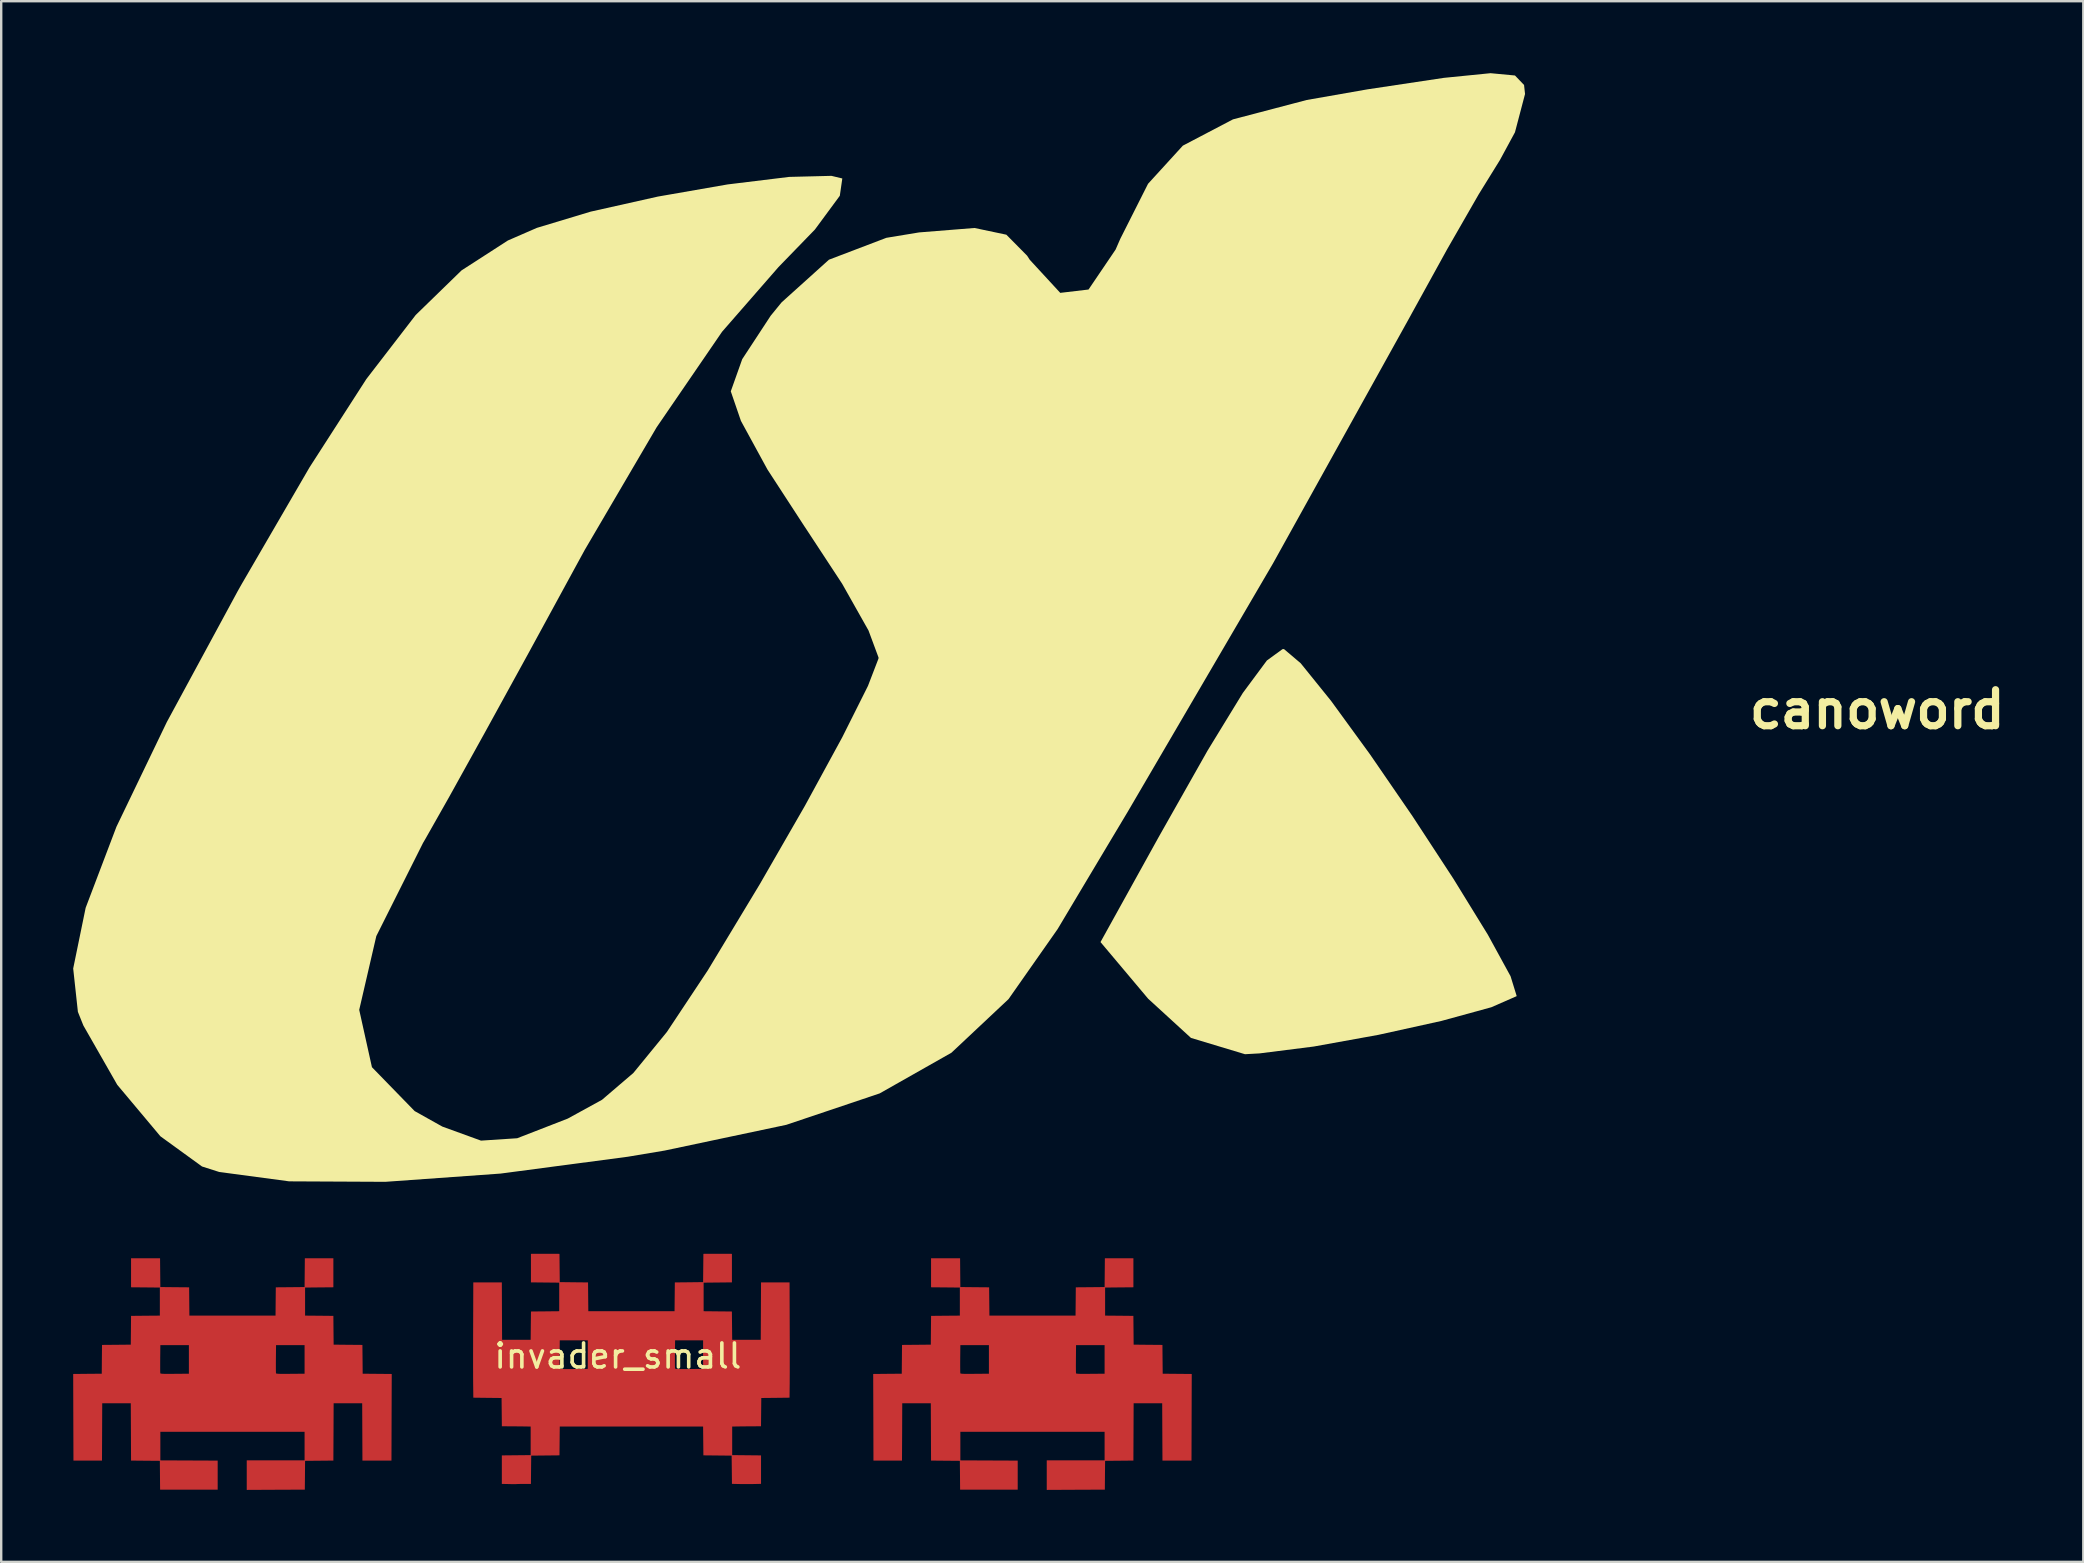
<source format=kicad_pcb>
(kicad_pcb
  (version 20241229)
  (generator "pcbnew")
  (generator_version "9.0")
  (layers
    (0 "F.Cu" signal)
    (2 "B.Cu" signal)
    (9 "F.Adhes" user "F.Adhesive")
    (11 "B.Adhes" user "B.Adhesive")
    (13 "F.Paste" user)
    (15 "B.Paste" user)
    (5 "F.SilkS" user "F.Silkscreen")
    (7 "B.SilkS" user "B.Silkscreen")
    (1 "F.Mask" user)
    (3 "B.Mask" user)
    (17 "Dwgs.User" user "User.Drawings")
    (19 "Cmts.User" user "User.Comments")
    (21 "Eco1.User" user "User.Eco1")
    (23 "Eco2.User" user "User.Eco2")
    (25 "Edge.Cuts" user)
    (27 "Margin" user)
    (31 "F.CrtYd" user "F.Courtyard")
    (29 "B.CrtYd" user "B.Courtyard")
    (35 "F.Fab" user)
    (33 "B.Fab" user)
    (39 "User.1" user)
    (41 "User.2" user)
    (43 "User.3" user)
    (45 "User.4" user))
  (footprint "invader_small"
    (layer "F.Cu")
    (at 22.697 53.956)
    (property "Reference" "invader_small" (at 0 -0.5 0) (unlocked yes) (layer "F.SilkS") (effects (font (size 1 1) (thickness 0.15))))
    (fp_poly (pts (xy -19.065 -3.373) (xy -18.466 -3.367) (xy -17.866 -3.362) (xy -17.855 -2.183) (xy -14.265 -2.183) (xy -14.26 -2.773) (xy -14.254 -3.362) (xy -13.654 -3.367) (xy -13.055 -3.373) (xy -13.044 -4.573) (xy -11.855 -4.573) (xy -11.855 -3.363) (xy -12.444 -3.358) (xy -13.034 -3.352) (xy -13.034 -2.183) (xy -12.444 -2.178) (xy -11.855 -2.172) (xy -11.85 -1.572) (xy -11.844 -0.973) (xy -11.244 -0.967) (xy -10.645 -0.962) (xy -10.639 -0.362) (xy -10.634 0.238) (xy -9.423 0.249) (xy -9.429 2.054) (xy -9.434 3.859) (xy -10.644 3.859) (xy -10.649 2.664) (xy -10.654 1.469) (xy -11.844 1.469) (xy -11.849 2.664) (xy -11.855 3.858) (xy -13.034 3.869) (xy -13.039 4.469) (xy -13.045 5.069) (xy -14.255 5.074) (xy -15.465 5.08) (xy -15.465 4.464) (xy -15.465 3.849) (xy -13.055 3.849) (xy -13.055 2.659) (xy -19.065 2.659) (xy -19.065 3.849) (xy -17.871 3.854) (xy -16.676 3.859) (xy -16.676 5.069) (xy -19.075 5.069) (xy -19.081 4.469) (xy -19.086 3.869) (xy -19.686 3.864) (xy -20.286 3.858) (xy -20.291 2.664) (xy -20.297 1.469) (xy -21.487 1.469) (xy -21.492 2.664) (xy -21.497 3.859) (xy -22.686 3.859) (xy -22.692 2.054) (xy -22.697 0.249) (xy -22.102 0.243) (xy -21.507 0.238) (xy -21.504 -0.088) (xy -19.072 -0.088) (xy -19.072 0.032) (xy -19.071 0.127) (xy -19.069 0.192) (xy -19.067 0.222) (xy -19.066 0.222) (xy -19.055 0.23) (xy -19.024 0.236) (xy -18.971 0.241) (xy -18.892 0.244) (xy -18.782 0.245) (xy -18.638 0.245) (xy -18.466 0.243) (xy -17.876 0.238) (xy -17.876 -0.088) (xy -14.251 -0.088) (xy -14.251 0.032) (xy -14.25 0.127) (xy -14.248 0.192) (xy -14.245 0.222) (xy -14.245 0.222) (xy -14.234 0.23) (xy -14.203 0.236) (xy -14.15 0.241) (xy -14.071 0.244) (xy -13.961 0.245) (xy -13.817 0.245) (xy -13.645 0.243) (xy -13.055 0.238) (xy -13.055 -0.952) (xy -14.244 -0.952) (xy -14.25 -0.378) (xy -14.251 -0.227) (xy -14.251 -0.088) (xy -17.876 -0.088) (xy -17.876 -0.952) (xy -19.065 -0.952) (xy -19.071 -0.378) (xy -19.072 -0.227) (xy -19.072 -0.088) (xy -21.504 -0.088) (xy -21.502 -0.362) (xy -21.496 -0.962) (xy -20.897 -0.967) (xy -20.297 -0.973) (xy -20.291 -1.572) (xy -20.286 -2.172) (xy -19.686 -2.178) (xy -19.086 -2.183) (xy -19.086 -3.352) (xy -19.686 -3.358) (xy -20.286 -3.363) (xy -20.286 -4.573) (xy -19.077 -4.573)) (stroke (width 0) (type solid)) (fill yes) (layer "F.Cu"))
    (fp_poly (pts (xy 14.272 -3.373) (xy 14.872 -3.367) (xy 15.471 -3.362) (xy 15.483 -2.183) (xy 19.072 -2.183) (xy 19.078 -2.773) (xy 19.083 -3.362) (xy 19.683 -3.367) (xy 20.283 -3.373) (xy 20.294 -4.573) (xy 21.483 -4.573) (xy 21.483 -3.363) (xy 20.893 -3.358) (xy 20.304 -3.352) (xy 20.304 -2.183) (xy 20.893 -2.178) (xy 21.482 -2.172) (xy 21.488 -1.572) (xy 21.493 -0.973) (xy 22.093 -0.967) (xy 22.693 -0.962) (xy 22.698 -0.362) (xy 22.704 0.238) (xy 23.914 0.249) (xy 23.909 2.054) (xy 23.904 3.859) (xy 22.694 3.859) (xy 22.688 2.664) (xy 22.683 1.469) (xy 21.493 1.469) (xy 21.488 2.664) (xy 21.483 3.858) (xy 20.304 3.869) (xy 20.298 4.469) (xy 20.293 5.069) (xy 19.082 5.074) (xy 17.872 5.08) (xy 17.872 4.464) (xy 17.872 3.849) (xy 20.283 3.849) (xy 20.283 2.659) (xy 14.272 2.659) (xy 14.272 3.849) (xy 15.467 3.854) (xy 16.662 3.859) (xy 16.662 5.069) (xy 14.262 5.069) (xy 14.257 4.469) (xy 14.251 3.869) (xy 13.651 3.864) (xy 13.051 3.858) (xy 13.046 2.664) (xy 13.041 1.469) (xy 11.851 1.469) (xy 11.846 2.664) (xy 11.84 3.859) (xy 10.651 3.859) (xy 10.646 2.054) (xy 10.64 0.249) (xy 11.235 0.243) (xy 11.83 0.238) (xy 11.833 -0.088) (xy 14.265 -0.088) (xy 14.266 0.032) (xy 14.267 0.127) (xy 14.269 0.192) (xy 14.271 0.222) (xy 14.271 0.222) (xy 14.283 0.23) (xy 14.313 0.236) (xy 14.366 0.241) (xy 14.445 0.244) (xy 14.555 0.245) (xy 14.699 0.245) (xy 14.872 0.243) (xy 15.462 0.238) (xy 15.462 -0.088) (xy 19.086 -0.088) (xy 19.087 0.032) (xy 19.088 0.127) (xy 19.09 0.192) (xy 19.092 0.222) (xy 19.092 0.222) (xy 19.104 0.23) (xy 19.134 0.236) (xy 19.187 0.241) (xy 19.267 0.244) (xy 19.376 0.245) (xy 19.52 0.245) (xy 19.693 0.243) (xy 20.283 0.238) (xy 20.283 -0.952) (xy 19.093 -0.952) (xy 19.088 -0.378) (xy 19.087 -0.227) (xy 19.086 -0.088) (xy 15.462 -0.088) (xy 15.462 -0.952) (xy 14.272 -0.952) (xy 14.266 -0.378) (xy 14.265 -0.227) (xy 14.265 -0.088) (xy 11.833 -0.088) (xy 11.836 -0.362) (xy 11.841 -0.962) (xy 12.441 -0.967) (xy 13.041 -0.973) (xy 13.046 -1.572) (xy 13.052 -2.172) (xy 13.651 -2.178) (xy 14.251 -2.183) (xy 14.251 -3.352) (xy 13.651 -3.358) (xy 13.051 -3.363) (xy 13.051 -4.573) (xy 14.261 -4.573)) (stroke (width 0) (type solid)) (fill yes) (layer "F.Cu"))
    (fp_poly (pts (xy 4.343 -4.759) (xy 4.47 -4.758) (xy 4.576 -4.758) (xy 4.65 -4.758) (xy 4.673 -4.758) (xy 4.753 -4.757) (xy 4.753 -3.568) (xy 3.574 -3.556) (xy 3.574 -2.366) (xy 4.078 -2.361) (xy 4.231 -2.359) (xy 4.373 -2.358) (xy 4.496 -2.357) (xy 4.593 -2.356) (xy 4.655 -2.355) (xy 4.667 -2.355) (xy 4.752 -2.354) (xy 4.758 -1.765) (xy 4.764 -1.176) (xy 5.954 -1.176) (xy 5.96 -2.372) (xy 5.966 -3.567) (xy 7.155 -3.567) (xy 7.161 -1.765) (xy 7.162 -1.464) (xy 7.163 -1.162) (xy 7.163 -0.865) (xy 7.163 -0.578) (xy 7.163 -0.306) (xy 7.163 -0.054) (xy 7.163 0.172) (xy 7.162 0.367) (xy 7.161 0.526) (xy 7.161 0.637) (xy 7.154 1.237) (xy 6.566 1.244) (xy 5.977 1.25) (xy 5.971 1.839) (xy 5.965 2.428) (xy 5.674 2.43) (xy 5.528 2.431) (xy 5.359 2.432) (xy 5.191 2.434) (xy 5.073 2.435) (xy 4.764 2.44) (xy 4.764 3.63) (xy 5.365 3.636) (xy 5.966 3.642) (xy 5.966 4.828) (xy 5.664 4.835) (xy 5.512 4.838) (xy 5.338 4.838) (xy 5.168 4.837) (xy 5.058 4.835) (xy 4.754 4.828) (xy 4.748 4.24) (xy 4.741 3.652) (xy 3.564 3.64) (xy 3.558 3.04) (xy 3.552 2.44) (xy -2.421 2.44) (xy -2.427 3.04) (xy -2.433 3.64) (xy -3.611 3.652) (xy -3.617 4.242) (xy -3.623 4.831) (xy -3.907 4.831) (xy -4.018 4.831) (xy -4.114 4.833) (xy -4.185 4.835) (xy -4.22 4.837) (xy -4.221 4.837) (xy -4.255 4.839) (xy -4.324 4.839) (xy -4.42 4.839) (xy -4.531 4.837) (xy -4.543 4.836) (xy -4.835 4.83) (xy -4.835 3.642) (xy -3.634 3.63) (xy -3.634 2.44) (xy -3.943 2.435) (xy -4.094 2.433) (xy -4.264 2.432) (xy -4.43 2.43) (xy -4.543 2.43) (xy -4.834 2.428) (xy -4.84 1.839) (xy -4.846 1.25) (xy -5.435 1.244) (xy -6.023 1.237) (xy -6.03 0.637) (xy -6.031 0.515) (xy -6.032 0.353) (xy -6.032 0.155) (xy -6.033 -0.073) (xy -6.033 -0.279) (xy -2.429 -0.279) (xy -2.428 -0.156) (xy -2.426 -0.061) (xy -2.424 0) (xy -2.422 0.02) (xy -2.409 0.029) (xy -2.375 0.036) (xy -2.316 0.041) (xy -2.227 0.044) (xy -2.104 0.045) (xy -1.942 0.044) (xy -1.832 0.043) (xy -1.254 0.037) (xy -1.254 -0.279) (xy 2.377 -0.279) (xy 2.377 -0.156) (xy 2.379 -0.061) (xy 2.381 0) (xy 2.384 0.02) (xy 2.397 0.029) (xy 2.43 0.036) (xy 2.489 0.041) (xy 2.578 0.044) (xy 2.702 0.045) (xy 2.864 0.044) (xy 2.973 0.043) (xy 3.552 0.037) (xy 3.552 -1.153) (xy 2.385 -1.153) (xy 2.378 -0.581) (xy 2.377 -0.423) (xy 2.377 -0.279) (xy -1.254 -0.279) (xy -1.254 -1.153) (xy -2.421 -1.153) (xy -2.427 -0.581) (xy -2.428 -0.423) (xy -2.429 -0.279) (xy -6.033 -0.279) (xy -6.033 -0.326) (xy -6.033 -0.6) (xy -6.032 -0.888) (xy -6.032 -1.185) (xy -6.031 -1.487) (xy -6.03 -1.765) (xy -6.024 -3.567) (xy -4.835 -3.567) (xy -4.83 -2.372) (xy -4.824 -1.176) (xy -3.634 -1.176) (xy -3.628 -1.765) (xy -3.621 -2.354) (xy -3.536 -2.355) (xy -3.488 -2.356) (xy -3.403 -2.356) (xy -3.287 -2.358) (xy -3.151 -2.359) (xy -3.001 -2.36) (xy -2.947 -2.361) (xy -2.444 -2.366) (xy -2.444 -3.556) (xy -3.033 -3.562) (xy -3.622 -3.568) (xy -3.622 -4.757) (xy -3.542 -4.758) (xy -3.488 -4.758) (xy -3.398 -4.758) (xy -3.281 -4.759) (xy -3.146 -4.759) (xy -3.004 -4.759) (xy -2.864 -4.759) (xy -2.735 -4.758) (xy -2.627 -4.758) (xy -2.55 -4.758) (xy -2.524 -4.758) (xy -2.433 -4.757) (xy -2.427 -4.168) (xy -2.421 -3.579) (xy -1.832 -3.572) (xy -1.243 -3.566) (xy -1.237 -2.966) (xy -1.231 -2.366) (xy 2.362 -2.366) (xy 2.374 -3.566) (xy 2.963 -3.572) (xy 3.552 -3.579) (xy 3.564 -4.757) (xy 3.655 -4.758) (xy 3.713 -4.758) (xy 3.806 -4.758) (xy 3.926 -4.759) (xy 4.061 -4.759) (xy 4.203 -4.759)) (stroke (width 0) (type solid)) (fill yes) (layer "F.Cu")))
  (footprint "canoword"
    (layer "F.Cu")
    (at 29.712 21.687)
    (property "Reference" "canoword" (at 45.466 4.826 0) (layer "F.SilkS") (effects (font (size 1.5 1.5) (thickness 0.3))))
    (attr board_only exclude_from_pos_files exclude_from_bom)
    (fp_poly (pts (xy 21.439 2.901) (xy 22.705 4.469) (xy 24.328 6.698) (xy 26.098 9.274) (xy 27.804 11.883) (xy 29.237 14.211) (xy 30.185 15.944) (xy 30.439 16.767) (xy 30.43 16.778) (xy 29.384 17.236) (xy 27.302 17.807) (xy 24.673 18.387) (xy 21.985 18.873) (xy 19.728 19.159) (xy 19.118 19.193) (xy 16.867 18.514) (xy 15.083 16.881) (xy 13.097 14.52) (xy 15.52 10.146) (xy 17.561 6.537) (xy 19.028 4.139) (xy 20.03 2.787) (xy 20.679 2.315) (xy 20.741 2.309)) (stroke (width 0) (type solid)) (fill yes) (layer "F.SilkS"))
    (fp_poly (pts (xy 30.369 -21.591) (xy 30.747 -21.196) (xy 30.788 -20.82) (xy 30.368 -19.224) (xy 29.741 -18.067) (xy 28.86 -16.644) (xy 27.54 -14.346) (xy 26.059 -11.66) (xy 25.997 -11.545) (xy 20.283 -1.255) (xy 14.23 9.093) (xy 13.399 10.481) (xy 12.13 12.605) (xy 11.309 13.981) (xy 9.263 16.899) (xy 6.886 19.131) (xy 3.896 20.826) (xy 0.007 22.135) (xy -5.064 23.208) (xy -6.597 23.465) (xy -11.901 24.167) (xy -16.705 24.511) (xy -20.713 24.491) (xy -23.629 24.1) (xy -24.343 23.872) (xy -26.077 22.614) (xy -27.876 20.468) (xy -29.289 17.995) (xy -29.516 17.428) (xy -29.712 15.622) (xy -29.193 13.093) (xy -27.909 9.713) (xy -25.812 5.355) (xy -22.853 -0.11) (xy -22.698 -0.385) (xy -19.861 -5.266) (xy -17.495 -8.942) (xy -15.439 -11.611) (xy -13.528 -13.47) (xy -11.599 -14.715) (xy -10.391 -15.241) (xy -8.151 -15.917) (xy -5.349 -16.545) (xy -2.44 -17.052) (xy 0.122 -17.365) (xy 1.885 -17.409) (xy 2.338 -17.3) (xy 2.234 -16.579) (xy 1.197 -15.173) (xy -0.321 -13.608) (xy -2.671 -10.914) (xy -5.4 -6.93) (xy -8.393 -1.825) (xy -8.759 -1.155) (xy -10.731 2.465) (xy -12.557 5.789) (xy -14.052 8.485) (xy -15.033 10.217) (xy -15.135 10.391) (xy -17.081 14.272) (xy -17.793 17.345) (xy -17.263 19.734) (xy -15.483 21.563) (xy -14.329 22.209) (xy -12.719 22.794) (xy -11.21 22.695) (xy -9.103 21.876) (xy -7.676 21.093) (xy -6.369 19.975) (xy -4.972 18.266) (xy -3.273 15.707) (xy -1.102 12.11) (xy 0.781 8.839) (xy 2.334 5.989) (xy 3.406 3.848) (xy 3.845 2.708) (xy 3.848 2.664) (xy 3.43 1.537) (xy 2.332 -0.41) (xy 0.792 -2.756) (xy 0.77 -2.787) (xy -0.78 -5.17) (xy -1.886 -7.196) (xy -2.309 -8.429) (xy -2.309 -8.431) (xy -1.833 -9.77) (xy -0.646 -11.581) (xy -0.192 -12.137) (xy 1.781 -13.915) (xy 4.174 -14.827) (xy 5.538 -15.052) (xy 7.847 -15.237) (xy 9.174 -14.957) (xy 10.04 -14.081) (xy 10.149 -13.912) (xy 11.42 -12.533) (xy 12.598 -12.672) (xy 13.726 -14.337) (xy 13.921 -14.784) (xy 15.078 -17.078) (xy 16.529 -18.668) (xy 18.618 -19.763) (xy 21.689 -20.57) (xy 24.227 -21.015) (xy 27.401 -21.492) (xy 29.351 -21.687)) (stroke (width 0) (type solid)) (fill yes) (layer "F.SilkS")))
  (gr_rect
    (start -3 -3)
    (end 83.764 62.036)
    (stroke (width 0.1) (type default))
    (fill no)
    (layer "Edge.Cuts")))
</source>
